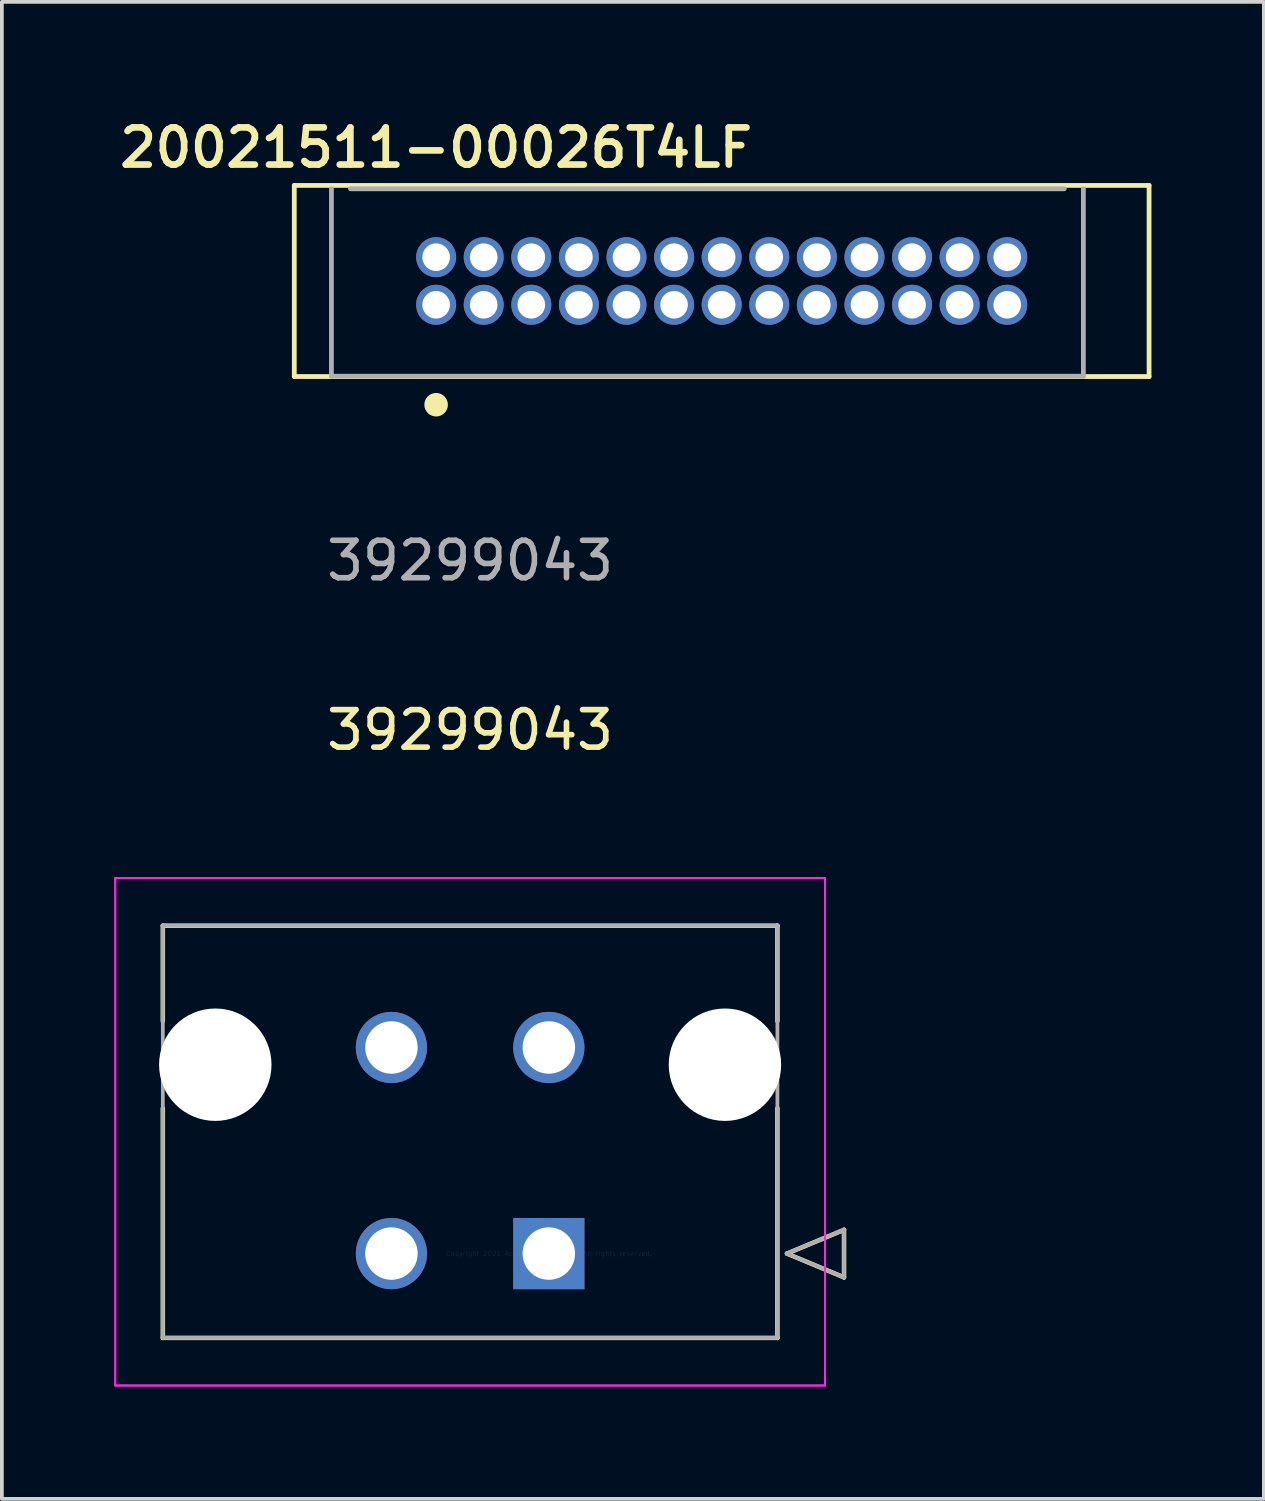
<source format=kicad_pcb>
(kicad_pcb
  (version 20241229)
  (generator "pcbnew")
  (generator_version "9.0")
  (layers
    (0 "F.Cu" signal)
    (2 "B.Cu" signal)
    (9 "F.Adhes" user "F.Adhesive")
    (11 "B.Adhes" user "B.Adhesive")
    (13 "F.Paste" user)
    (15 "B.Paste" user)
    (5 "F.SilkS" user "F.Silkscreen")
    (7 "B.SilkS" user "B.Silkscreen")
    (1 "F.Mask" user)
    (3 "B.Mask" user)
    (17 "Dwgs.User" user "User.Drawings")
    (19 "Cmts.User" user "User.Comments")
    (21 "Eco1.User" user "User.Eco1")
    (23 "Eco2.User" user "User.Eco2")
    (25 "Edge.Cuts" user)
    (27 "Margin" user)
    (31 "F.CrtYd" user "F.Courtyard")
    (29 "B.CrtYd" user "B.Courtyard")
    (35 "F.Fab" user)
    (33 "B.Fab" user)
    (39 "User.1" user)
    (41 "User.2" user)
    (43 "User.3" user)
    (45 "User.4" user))
  (footprint "39299043"
    (layer "F.Cu")
    (at 11.595 30.402)
    (property "Reference" "39299043" (at -2.1 -13.97 0) (layer "F.SilkS") (effects (font (size 1 1) (thickness 0.15))))
    (attr through_hole)
    (fp_line (start -10.3 -8.75) (end -10.3 -6.203) (stroke (width 0.12) (type solid)) (layer "F.SilkS"))
    (fp_line (start -10.3 -3.877) (end -10.3 2.25) (stroke (width 0.12) (type solid)) (layer "F.SilkS"))
    (fp_line (start -10.3 2.25) (end 6.1 2.25) (stroke (width 0.12) (type solid)) (layer "F.SilkS"))
    (fp_line (start 6.1 -8.75) (end -10.3 -8.75) (stroke (width 0.12) (type solid)) (layer "F.SilkS"))
    (fp_line (start 6.1 -6.203) (end 6.1 -8.75) (stroke (width 0.12) (type solid)) (layer "F.SilkS"))
    (fp_line (start 6.1 2.25) (end 6.1 -3.877) (stroke (width 0.12) (type solid)) (layer "F.SilkS"))
    (fp_line (start 6.354 0) (end 7.878 -0.635) (stroke (width 0.12) (type solid)) (layer "F.SilkS"))
    (fp_line (start 7.878 -0.635) (end 7.878 0.635) (stroke (width 0.12) (type solid)) (layer "F.SilkS"))
    (fp_line (start 7.878 0.635) (end 6.354 0) (stroke (width 0.12) (type solid)) (layer "F.SilkS"))
    (fp_line (start -11.57 -10.02) (end -11.57 3.52) (stroke (width 0.05) (type solid)) (layer "F.CrtYd"))
    (fp_line (start -11.57 -10.02) (end -11.57 3.52) (stroke (width 0.05) (type solid)) (layer "F.CrtYd"))
    (fp_line (start -11.57 3.52) (end 7.37 3.52) (stroke (width 0.05) (type solid)) (layer "F.CrtYd"))
    (fp_line (start -11.57 3.52) (end 7.37 3.52) (stroke (width 0.05) (type solid)) (layer "F.CrtYd"))
    (fp_line (start 7.37 -10.02) (end -11.57 -10.02) (stroke (width 0.05) (type solid)) (layer "F.CrtYd"))
    (fp_line (start 7.37 -10.02) (end -11.57 -10.02) (stroke (width 0.05) (type solid)) (layer "F.CrtYd"))
    (fp_line (start 7.37 3.52) (end 7.37 -10.02) (stroke (width 0.05) (type solid)) (layer "F.CrtYd"))
    (fp_line (start 7.37 3.52) (end 7.37 -10.02) (stroke (width 0.05) (type solid)) (layer "F.CrtYd"))
    (fp_line (start -10.3 -8.75) (end -10.3 2.25) (stroke (width 0.1) (type solid)) (layer "F.Fab"))
    (fp_line (start -10.3 2.25) (end 6.1 2.25) (stroke (width 0.1) (type solid)) (layer "F.Fab"))
    (fp_line (start 6.1 -8.75) (end -10.3 -8.75) (stroke (width 0.1) (type solid)) (layer "F.Fab"))
    (fp_line (start 6.1 2.25) (end 6.1 -8.75) (stroke (width 0.1) (type solid)) (layer "F.Fab"))
    (fp_line (start 6.354 0) (end 7.878 -0.635) (stroke (width 0.1) (type solid)) (layer "F.Fab"))
    (fp_line (start 7.878 -0.635) (end 7.878 0.635) (stroke (width 0.1) (type solid)) (layer "F.Fab"))
    (fp_line (start 7.878 0.635) (end 6.354 0) (stroke (width 0.1) (type solid)) (layer "F.Fab"))
    (fp_text user "*" (at 0 0 0) (layer "F.SilkS") (effects (font (size 1 1) (thickness 0.15))))
    (fp_text user "Copyright 2021 Accelerated Designs. All rights reserved." (at 0 0 0) (layer "Cmts.User") (effects (font (size 0.127 0.127) (thickness 0.002))))
    (fp_text user "39299043" (at -2.1 -18.49 0) (layer "F.Fab") (effects (font (size 1 1) (thickness 0.15))))
    (fp_text user "*" (at 0 0 0) (layer "F.Fab") (effects (font (size 1 1) (thickness 0.15))))
    (pad "" np_thru_hole circle (at -8.9 -5.04) (size 3 3) (drill 3) (layers "*.Cu" "*.Mask"))
    (pad "" np_thru_hole circle (at 4.7 -5.04) (size 3 3) (drill 3) (layers "*.Cu" "*.Mask"))
    (pad "1" thru_hole rect (at 0 0) (size 1.9 1.9) (drill 1.4) (layers "*.Cu" "*.Mask"))
    (pad "2" thru_hole circle (at -4.2 0) (size 1.9 1.9) (drill 1.4) (layers "*.Cu" "*.Mask"))
    (pad "3" thru_hole circle (at 0 -5.5) (size 1.9 1.9) (drill 1.4) (layers "*.Cu" "*.Mask"))
    (pad "4" thru_hole circle (at -4.2 -5.5) (size 1.9 1.9) (drill 1.4) (layers "*.Cu" "*.Mask")))
  (footprint "20021511-00026T4LF"
    (layer "F.Cu")
    (at 16.208 4.448)
    (property "Reference" "20021511-00026T4LF" (at -7.62 -3.556 0) (layer "F.SilkS") (effects (font (size 0.991 0.991) (thickness 0.178))))
    (attr through_hole)
    (fp_line (start -11.405 -2.55) (end 11.405 -2.55) (stroke (width 0.127) (type solid)) (layer "F.SilkS"))
    (fp_line (start -11.405 2.55) (end -11.405 -2.55) (stroke (width 0.127) (type solid)) (layer "F.SilkS"))
    (fp_line (start 11.405 -2.55) (end 11.405 2.55) (stroke (width 0.127) (type solid)) (layer "F.SilkS"))
    (fp_line (start 11.405 2.55) (end -11.405 2.55) (stroke (width 0.127) (type solid)) (layer "F.SilkS"))
    (fp_circle (center -7.62 3.302) (end -7.366 3.302) (stroke (width 0.12) (type solid)) (fill yes) (layer "F.SilkS"))
    (fp_line (start -10.414 2.54) (end -10.414 -2.46) (stroke (width 0.127) (type solid)) (layer "F.Fab"))
    (fp_line (start -9.906 -2.46) (end 9.144 -2.46) (stroke (width 0.127) (type solid)) (layer "F.Fab"))
    (fp_line (start 9.652 -2.46) (end 9.652 2.54) (stroke (width 0.127) (type solid)) (layer "F.Fab"))
    (fp_line (start 9.652 2.54) (end -10.414 2.54) (stroke (width 0.127) (type solid)) (layer "F.Fab"))
    (pad "1" thru_hole circle (at -7.62 0.635) (size 1.067 1.067) (drill 0.737) (layers "*.Cu" "*.Mask"))
    (pad "2" thru_hole circle (at -7.62 -0.635) (size 1.067 1.067) (drill 0.737) (layers "*.Cu" "*.Mask"))
    (pad "3" thru_hole circle (at -6.35 0.635) (size 1.067 1.067) (drill 0.737) (layers "*.Cu" "*.Mask"))
    (pad "4" thru_hole circle (at -6.35 -0.635) (size 1.067 1.067) (drill 0.737) (layers "*.Cu" "*.Mask"))
    (pad "5" thru_hole circle (at -5.08 0.635) (size 1.067 1.067) (drill 0.737) (layers "*.Cu" "*.Mask"))
    (pad "6" thru_hole circle (at -5.08 -0.635) (size 1.067 1.067) (drill 0.737) (layers "*.Cu" "*.Mask"))
    (pad "7" thru_hole circle (at -3.81 0.635) (size 1.067 1.067) (drill 0.737) (layers "*.Cu" "*.Mask"))
    (pad "8" thru_hole circle (at -3.81 -0.635) (size 1.067 1.067) (drill 0.737) (layers "*.Cu" "*.Mask"))
    (pad "9" thru_hole circle (at -2.54 0.635) (size 1.067 1.067) (drill 0.737) (layers "*.Cu" "*.Mask"))
    (pad "10" thru_hole circle (at -2.54 -0.635) (size 1.067 1.067) (drill 0.737) (layers "*.Cu" "*.Mask"))
    (pad "11" thru_hole circle (at -1.27 0.635) (size 1.067 1.067) (drill 0.737) (layers "*.Cu" "*.Mask"))
    (pad "12" thru_hole circle (at -1.27 -0.635) (size 1.067 1.067) (drill 0.737) (layers "*.Cu" "*.Mask"))
    (pad "13" thru_hole circle (at 0 0.635) (size 1.067 1.067) (drill 0.737) (layers "*.Cu" "*.Mask"))
    (pad "14" thru_hole circle (at 0 -0.635) (size 1.067 1.067) (drill 0.737) (layers "*.Cu" "*.Mask"))
    (pad "15" thru_hole circle (at 1.27 0.635) (size 1.067 1.067) (drill 0.737) (layers "*.Cu" "*.Mask"))
    (pad "16" thru_hole circle (at 1.27 -0.635) (size 1.067 1.067) (drill 0.737) (layers "*.Cu" "*.Mask"))
    (pad "17" thru_hole circle (at 2.54 0.635) (size 1.067 1.067) (drill 0.737) (layers "*.Cu" "*.Mask"))
    (pad "18" thru_hole circle (at 2.54 -0.635) (size 1.067 1.067) (drill 0.737) (layers "*.Cu" "*.Mask"))
    (pad "19" thru_hole circle (at 3.81 0.635) (size 1.067 1.067) (drill 0.737) (layers "*.Cu" "*.Mask"))
    (pad "20" thru_hole circle (at 3.81 -0.635) (size 1.067 1.067) (drill 0.737) (layers "*.Cu" "*.Mask"))
    (pad "21" thru_hole circle (at 5.08 0.635) (size 1.067 1.067) (drill 0.737) (layers "*.Cu" "*.Mask"))
    (pad "22" thru_hole circle (at 5.08 -0.635) (size 1.067 1.067) (drill 0.737) (layers "*.Cu" "*.Mask"))
    (pad "23" thru_hole circle (at 6.35 0.635) (size 1.067 1.067) (drill 0.737) (layers "*.Cu" "*.Mask"))
    (pad "24" thru_hole circle (at 6.35 -0.635) (size 1.067 1.067) (drill 0.737) (layers "*.Cu" "*.Mask"))
    (pad "25" thru_hole circle (at 7.62 0.635) (size 1.067 1.067) (drill 0.737) (layers "*.Cu" "*.Mask"))
    (pad "26" thru_hole circle (at 7.62 -0.635) (size 1.067 1.067) (drill 0.737) (layers "*.Cu" "*.Mask")))
  (gr_rect
    (start -3 -3)
    (end 30.676 36.947)
    (stroke (width 0.1) (type default))
    (fill no)
    (layer "Edge.Cuts")))
</source>
